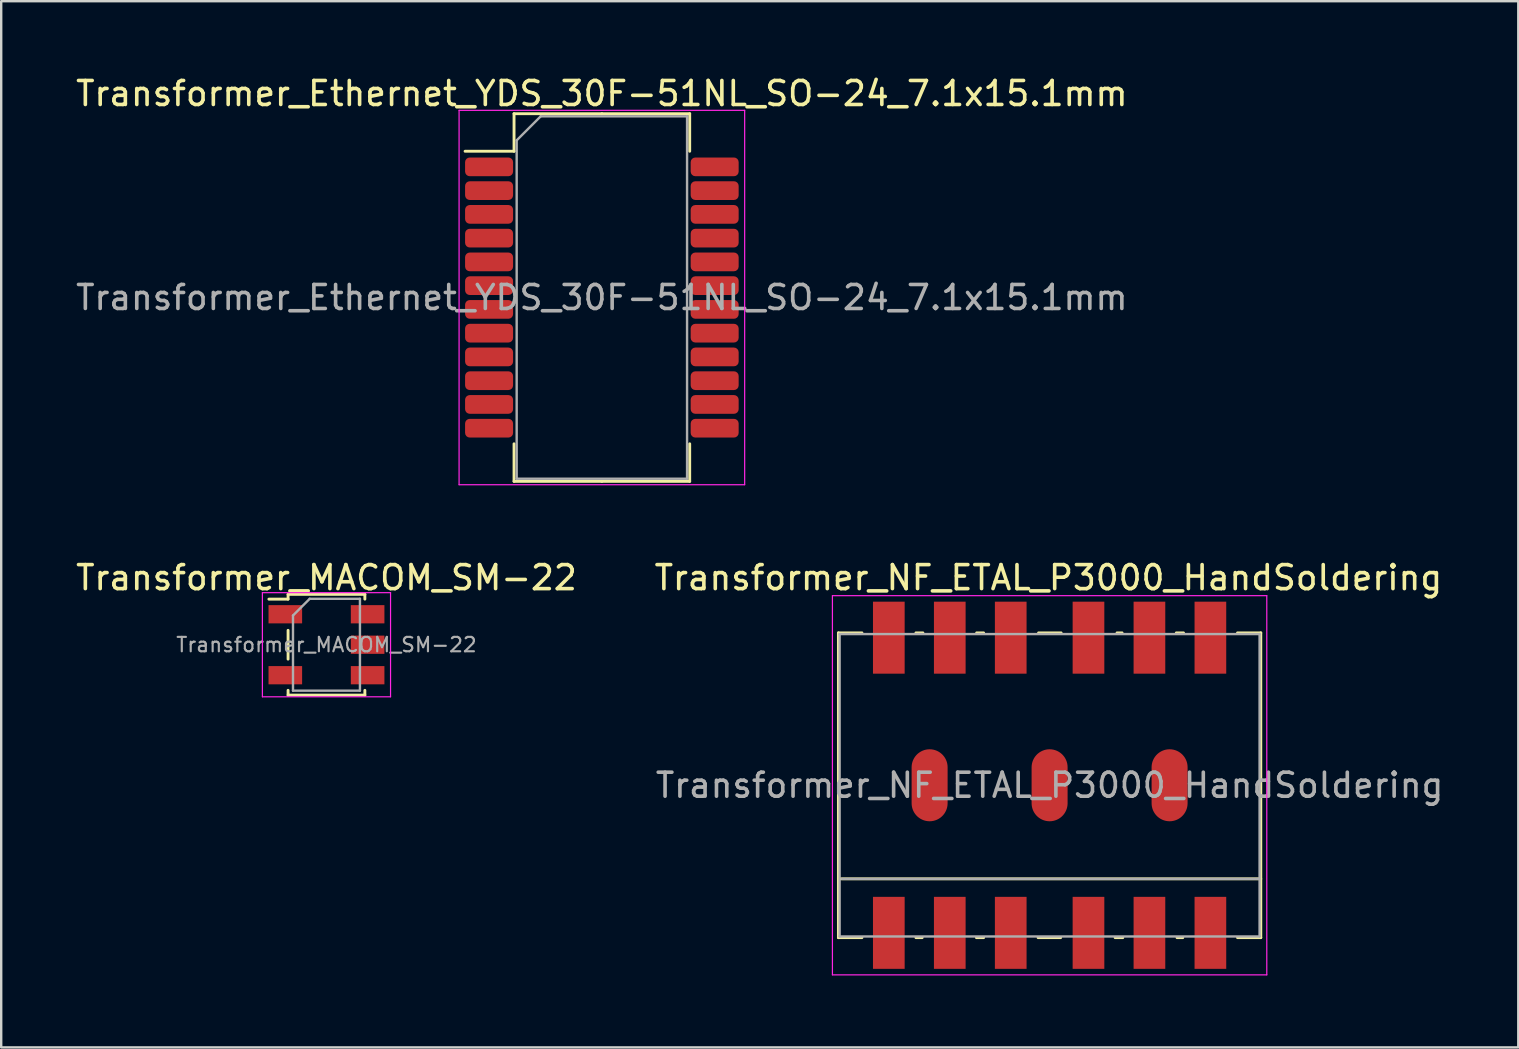
<source format=kicad_pcb>
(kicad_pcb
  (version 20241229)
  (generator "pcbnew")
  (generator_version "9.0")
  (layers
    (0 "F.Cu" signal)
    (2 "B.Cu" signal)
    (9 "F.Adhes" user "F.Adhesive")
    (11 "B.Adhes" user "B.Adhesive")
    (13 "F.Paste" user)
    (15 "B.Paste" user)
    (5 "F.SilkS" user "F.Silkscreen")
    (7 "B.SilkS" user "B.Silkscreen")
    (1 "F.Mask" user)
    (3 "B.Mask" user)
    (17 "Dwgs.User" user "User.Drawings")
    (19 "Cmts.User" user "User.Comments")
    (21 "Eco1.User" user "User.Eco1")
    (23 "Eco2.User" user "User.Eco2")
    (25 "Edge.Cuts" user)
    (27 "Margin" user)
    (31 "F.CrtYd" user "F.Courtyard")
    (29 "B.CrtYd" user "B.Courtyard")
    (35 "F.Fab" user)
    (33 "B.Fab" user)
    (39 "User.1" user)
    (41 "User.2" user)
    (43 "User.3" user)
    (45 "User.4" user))
  (footprint "Transformer_MACOM_SM-22"
    (layer "F.Cu")
    (at 10.554 23.816)
    (property "Reference" "Transformer_MACOM_SM-22" (at 0 -2.794 0) (layer "F.SilkS") (effects (font (size 1 1) (thickness 0.15))))
    (attr smd)
    (fp_line (start -1.6 -2.1) (end -1.6 -1.9) (stroke (width 0.12) (type solid)) (layer "F.SilkS"))
    (fp_line (start -1.6 -1.9) (end -2.4 -1.9) (stroke (width 0.12) (type solid)) (layer "F.SilkS"))
    (fp_line (start -1.6 -0.6) (end -1.6 0.6) (stroke (width 0.12) (type solid)) (layer "F.SilkS"))
    (fp_line (start -1.6 1.9) (end -1.6 2.1) (stroke (width 0.12) (type solid)) (layer "F.SilkS"))
    (fp_line (start -1.6 2.1) (end 1.6 2.1) (stroke (width 0.12) (type solid)) (layer "F.SilkS"))
    (fp_line (start 1.6 -2.1) (end -1.6 -2.1) (stroke (width 0.12) (type solid)) (layer "F.SilkS"))
    (fp_line (start 1.6 -1.9) (end 1.6 -2.1) (stroke (width 0.12) (type solid)) (layer "F.SilkS"))
    (fp_line (start 1.6 2.1) (end 1.6 1.9) (stroke (width 0.12) (type solid)) (layer "F.SilkS"))
    (fp_line (start -2.67 -2.17) (end 2.67 -2.17) (stroke (width 0.05) (type solid)) (layer "F.CrtYd"))
    (fp_line (start -2.67 2.17) (end -2.67 -2.17) (stroke (width 0.05) (type solid)) (layer "F.CrtYd"))
    (fp_line (start 2.67 -2.17) (end 2.67 2.17) (stroke (width 0.05) (type solid)) (layer "F.CrtYd"))
    (fp_line (start 2.67 2.17) (end -2.67 2.17) (stroke (width 0.05) (type solid)) (layer "F.CrtYd"))
    (fp_line (start -1.395 -1.218) (end -0.698 -1.915) (stroke (width 0.1) (type solid)) (layer "F.Fab"))
    (fp_line (start -1.395 1.915) (end -1.395 -1.218) (stroke (width 0.1) (type solid)) (layer "F.Fab"))
    (fp_line (start -0.698 -1.915) (end 1.395 -1.915) (stroke (width 0.1) (type solid)) (layer "F.Fab"))
    (fp_line (start 1.395 -1.915) (end 1.395 1.915) (stroke (width 0.1) (type solid)) (layer "F.Fab"))
    (fp_line (start 1.395 1.915) (end -1.395 1.915) (stroke (width 0.1) (type solid)) (layer "F.Fab"))
    (fp_text user "${REFERENCE}" (at 0 0 0) (layer "F.Fab") (effects (font (size 0.6 0.6) (thickness 0.09))))
    (pad "1" smd rect (at -1.715 -1.27) (size 1.4 0.76) (layers "F.Cu" "F.Mask" "F.Paste"))
    (pad "2" smd rect (at -1.715 1.27) (size 1.4 0.76) (layers "F.Cu" "F.Mask" "F.Paste"))
    (pad "3" smd rect (at 1.715 1.27) (size 1.4 0.76) (layers "F.Cu" "F.Mask" "F.Paste"))
    (pad "4" smd rect (at 1.715 0) (size 1.4 0.76) (layers "F.Cu" "F.Mask" "F.Paste"))
    (pad "5" smd rect (at 1.715 -1.27) (size 1.4 0.76) (layers "F.Cu" "F.Mask" "F.Paste")))
  (footprint "Transformer_Ethernet_YDS_30F-51NL_SO-24_7.1x15.1mm"
    (layer "F.Cu")
    (at 22.03 9.348)
    (property "Reference" "Transformer_Ethernet_YDS_30F-51NL_SO-24_7.1x15.1mm" (at 0 -8.5 0) (layer "F.SilkS") (effects (font (size 1 1) (thickness 0.15))))
    (attr smd)
    (fp_line (start -3.66 -7.66) (end -3.66 -6.095) (stroke (width 0.12) (type solid)) (layer "F.SilkS"))
    (fp_line (start -3.66 -6.095) (end -5.7 -6.095) (stroke (width 0.12) (type solid)) (layer "F.SilkS"))
    (fp_line (start -3.66 7.66) (end -3.66 6.095) (stroke (width 0.12) (type solid)) (layer "F.SilkS"))
    (fp_line (start 0 -7.66) (end -3.66 -7.66) (stroke (width 0.12) (type solid)) (layer "F.SilkS"))
    (fp_line (start 0 -7.66) (end 3.66 -7.66) (stroke (width 0.12) (type solid)) (layer "F.SilkS"))
    (fp_line (start 0 7.66) (end -3.66 7.66) (stroke (width 0.12) (type solid)) (layer "F.SilkS"))
    (fp_line (start 0 7.66) (end 3.66 7.66) (stroke (width 0.12) (type solid)) (layer "F.SilkS"))
    (fp_line (start 3.66 -7.66) (end 3.66 -6.095) (stroke (width 0.12) (type solid)) (layer "F.SilkS"))
    (fp_line (start 3.66 7.66) (end 3.66 6.095) (stroke (width 0.12) (type solid)) (layer "F.SilkS"))
    (fp_line (start -5.95 -7.8) (end -5.95 7.8) (stroke (width 0.05) (type solid)) (layer "F.CrtYd"))
    (fp_line (start -5.95 7.8) (end 5.95 7.8) (stroke (width 0.05) (type solid)) (layer "F.CrtYd"))
    (fp_line (start 5.95 -7.8) (end -5.95 -7.8) (stroke (width 0.05) (type solid)) (layer "F.CrtYd"))
    (fp_line (start 5.95 7.8) (end 5.95 -7.8) (stroke (width 0.05) (type solid)) (layer "F.CrtYd"))
    (fp_line (start -3.55 -6.55) (end -2.55 -7.55) (stroke (width 0.1) (type solid)) (layer "F.Fab"))
    (fp_line (start -3.55 7.55) (end -3.55 -6.55) (stroke (width 0.1) (type solid)) (layer "F.Fab"))
    (fp_line (start -2.55 -7.55) (end 3.55 -7.55) (stroke (width 0.1) (type solid)) (layer "F.Fab"))
    (fp_line (start 3.55 -7.55) (end 3.55 7.55) (stroke (width 0.1) (type solid)) (layer "F.Fab"))
    (fp_line (start 3.55 7.55) (end -3.55 7.55) (stroke (width 0.1) (type solid)) (layer "F.Fab"))
    (fp_text user "${REFERENCE}" (at 0 0 0) (layer "F.Fab") (effects (font (size 1 1) (thickness 0.15))))
    (pad "1" smd roundrect (at -4.7 -5.445) (size 2 0.78) (layers "F.Cu" "F.Mask" "F.Paste") (roundrect_rratio 0.25))
    (pad "2" smd roundrect (at -4.7 -4.455) (size 2 0.78) (layers "F.Cu" "F.Mask" "F.Paste") (roundrect_rratio 0.25))
    (pad "3" smd roundrect (at -4.7 -3.465) (size 2 0.78) (layers "F.Cu" "F.Mask" "F.Paste") (roundrect_rratio 0.25))
    (pad "4" smd roundrect (at -4.7 -2.475) (size 2 0.78) (layers "F.Cu" "F.Mask" "F.Paste") (roundrect_rratio 0.25))
    (pad "5" smd roundrect (at -4.7 -1.485) (size 2 0.78) (layers "F.Cu" "F.Mask" "F.Paste") (roundrect_rratio 0.25))
    (pad "6" smd roundrect (at -4.7 -0.495) (size 2 0.78) (layers "F.Cu" "F.Mask" "F.Paste") (roundrect_rratio 0.25))
    (pad "7" smd roundrect (at -4.7 0.495) (size 2 0.78) (layers "F.Cu" "F.Mask" "F.Paste") (roundrect_rratio 0.25))
    (pad "8" smd roundrect (at -4.7 1.485) (size 2 0.78) (layers "F.Cu" "F.Mask" "F.Paste") (roundrect_rratio 0.25))
    (pad "9" smd roundrect (at -4.7 2.475) (size 2 0.78) (layers "F.Cu" "F.Mask" "F.Paste") (roundrect_rratio 0.25))
    (pad "10" smd roundrect (at -4.7 3.465) (size 2 0.78) (layers "F.Cu" "F.Mask" "F.Paste") (roundrect_rratio 0.25))
    (pad "11" smd roundrect (at -4.7 4.455) (size 2 0.78) (layers "F.Cu" "F.Mask" "F.Paste") (roundrect_rratio 0.25))
    (pad "12" smd roundrect (at -4.7 5.445) (size 2 0.78) (layers "F.Cu" "F.Mask" "F.Paste") (roundrect_rratio 0.25))
    (pad "13" smd roundrect (at 4.7 5.445) (size 2 0.78) (layers "F.Cu" "F.Mask" "F.Paste") (roundrect_rratio 0.25))
    (pad "14" smd roundrect (at 4.7 4.455) (size 2 0.78) (layers "F.Cu" "F.Mask" "F.Paste") (roundrect_rratio 0.25))
    (pad "15" smd roundrect (at 4.7 3.465) (size 2 0.78) (layers "F.Cu" "F.Mask" "F.Paste") (roundrect_rratio 0.25))
    (pad "16" smd roundrect (at 4.7 2.475) (size 2 0.78) (layers "F.Cu" "F.Mask" "F.Paste") (roundrect_rratio 0.25))
    (pad "17" smd roundrect (at 4.7 1.485) (size 2 0.78) (layers "F.Cu" "F.Mask" "F.Paste") (roundrect_rratio 0.25))
    (pad "18" smd roundrect (at 4.7 0.495) (size 2 0.78) (layers "F.Cu" "F.Mask" "F.Paste") (roundrect_rratio 0.25))
    (pad "19" smd roundrect (at 4.7 -0.495) (size 2 0.78) (layers "F.Cu" "F.Mask" "F.Paste") (roundrect_rratio 0.25))
    (pad "20" smd roundrect (at 4.7 -1.485) (size 2 0.78) (layers "F.Cu" "F.Mask" "F.Paste") (roundrect_rratio 0.25))
    (pad "21" smd roundrect (at 4.7 -2.475) (size 2 0.78) (layers "F.Cu" "F.Mask" "F.Paste") (roundrect_rratio 0.25))
    (pad "22" smd roundrect (at 4.7 -3.465) (size 2 0.78) (layers "F.Cu" "F.Mask" "F.Paste") (roundrect_rratio 0.25))
    (pad "23" smd roundrect (at 4.7 -4.455) (size 2 0.78) (layers "F.Cu" "F.Mask" "F.Paste") (roundrect_rratio 0.25))
    (pad "24" smd roundrect (at 4.7 -5.445) (size 2 0.78) (layers "F.Cu" "F.Mask" "F.Paste") (roundrect_rratio 0.25)))
  (footprint "Transformer_NF_ETAL_P3000_HandSoldering"
    (layer "F.Cu")
    (at 40.687 29.672)
    (property "Reference" "Transformer_NF_ETAL_P3000_HandSoldering" (at -0.05 -8.65 0) (layer "F.SilkS") (effects (font (size 1 1) (thickness 0.15))))
    (attr smd)
    (fp_line (start -8.8 -6.35) (end -7.82 -6.35) (stroke (width 0.12) (type solid)) (layer "F.SilkS"))
    (fp_line (start -8.8 6.35) (end -8.8 -6.35) (stroke (width 0.12) (type solid)) (layer "F.SilkS"))
    (fp_line (start -7.82 6.35) (end -8.8 6.35) (stroke (width 0.12) (type solid)) (layer "F.SilkS"))
    (fp_line (start -5.57 -6.35) (end -5.28 -6.35) (stroke (width 0.12) (type solid)) (layer "F.SilkS"))
    (fp_line (start -5.31 6.35) (end -5.57 6.35) (stroke (width 0.12) (type solid)) (layer "F.SilkS"))
    (fp_line (start -3.04 -6.35) (end -2.75 -6.35) (stroke (width 0.12) (type solid)) (layer "F.SilkS"))
    (fp_line (start -2.75 6.35) (end -3.05 6.35) (stroke (width 0.12) (type solid)) (layer "F.SilkS"))
    (fp_line (start -0.46 -6.35) (end 0.48 -6.35) (stroke (width 0.12) (type solid)) (layer "F.SilkS"))
    (fp_line (start 0.46 6.35) (end -0.48 6.35) (stroke (width 0.12) (type solid)) (layer "F.SilkS"))
    (fp_line (start 2.81 -6.35) (end 3.02 -6.35) (stroke (width 0.12) (type solid)) (layer "F.SilkS"))
    (fp_line (start 3.05 6.35) (end 2.73 6.35) (stroke (width 0.12) (type solid)) (layer "F.SilkS"))
    (fp_line (start 5.28 -6.35) (end 5.58 -6.35) (stroke (width 0.12) (type solid)) (layer "F.SilkS"))
    (fp_line (start 5.55 6.35) (end 5.31 6.35) (stroke (width 0.12) (type solid)) (layer "F.SilkS"))
    (fp_line (start 8.8 -6.35) (end 7.83 -6.35) (stroke (width 0.12) (type solid)) (layer "F.SilkS"))
    (fp_line (start 8.8 -6.35) (end 8.8 6.35) (stroke (width 0.12) (type solid)) (layer "F.SilkS"))
    (fp_line (start 8.8 3.9) (end -8.8 3.9) (stroke (width 0.12) (type solid)) (layer "F.SilkS"))
    (fp_line (start 8.8 6.35) (end 7.83 6.35) (stroke (width 0.12) (type solid)) (layer "F.SilkS"))
    (fp_line (start -9.05 -7.9) (end -9.05 7.9) (stroke (width 0.05) (type solid)) (layer "F.CrtYd"))
    (fp_line (start -9.05 -7.9) (end 9.05 -7.9) (stroke (width 0.05) (type solid)) (layer "F.CrtYd"))
    (fp_line (start 9.05 7.9) (end -9.05 7.9) (stroke (width 0.05) (type solid)) (layer "F.CrtYd"))
    (fp_line (start 9.05 7.9) (end 9.05 -7.9) (stroke (width 0.05) (type solid)) (layer "F.CrtYd"))
    (fp_line (start -8.75 -6.3) (end 8.75 -6.3) (stroke (width 0.1) (type solid)) (layer "F.Fab"))
    (fp_line (start -8.75 6.3) (end -8.75 -6.3) (stroke (width 0.1) (type solid)) (layer "F.Fab"))
    (fp_line (start -8.65 3.9) (end 8.7 3.9) (stroke (width 0.1) (type solid)) (layer "F.Fab"))
    (fp_line (start 8.75 -6.3) (end 8.75 6.3) (stroke (width 0.1) (type solid)) (layer "F.Fab"))
    (fp_line (start 8.75 6.3) (end -8.75 6.3) (stroke (width 0.1) (type solid)) (layer "F.Fab"))
    (fp_text user "${REFERENCE}" (at 0 0 0) (layer "F.Fab") (effects (font (size 1 1) (thickness 0.15))))
    (pad "1" smd rect (at -6.7 6.15) (size 1.32 3) (layers "F.Cu" "F.Mask" "F.Paste"))
    (pad "2" smd rect (at -4.16 6.15) (size 1.32 3) (layers "F.Cu" "F.Mask" "F.Paste"))
    (pad "3" smd rect (at -1.62 6.15) (size 1.32 3) (layers "F.Cu" "F.Mask" "F.Paste"))
    (pad "4" smd rect (at 1.62 6.15) (size 1.32 3) (layers "F.Cu" "F.Mask" "F.Paste"))
    (pad "5" smd rect (at 4.16 6.15) (size 1.32 3) (layers "F.Cu" "F.Mask" "F.Paste"))
    (pad "6" smd rect (at 6.7 6.15) (size 1.32 3) (layers "F.Cu" "F.Mask" "F.Paste"))
    (pad "7" smd rect (at 6.7 -6.15) (size 1.32 3) (layers "F.Cu" "F.Mask" "F.Paste"))
    (pad "8" smd rect (at 4.16 -6.15) (size 1.32 3) (layers "F.Cu" "F.Mask" "F.Paste"))
    (pad "9" smd rect (at 1.62 -6.15) (size 1.32 3) (layers "F.Cu" "F.Mask" "F.Paste"))
    (pad "10" smd rect (at -1.62 -6.15) (size 1.32 3) (layers "F.Cu" "F.Mask" "F.Paste"))
    (pad "11" smd rect (at -4.16 -6.15) (size 1.32 3) (layers "F.Cu" "F.Mask" "F.Paste"))
    (pad "12" smd rect (at -6.7 -6.15) (size 1.32 3) (layers "F.Cu" "F.Mask" "F.Paste"))
    (pad "13" smd oval (at -5 0) (size 1.5 3) (layers "F.Cu" "F.Mask" "F.Paste"))
    (pad "13" smd oval (at 0 0) (size 1.5 3) (layers "F.Cu" "F.Mask" "F.Paste"))
    (pad "13" smd oval (at 5 0) (size 1.5 3) (layers "F.Cu" "F.Mask" "F.Paste")))
  (gr_rect
    (start -3 -3)
    (end 60.217 40.596)
    (stroke (width 0.1) (type default))
    (fill no)
    (layer "Edge.Cuts")))
</source>
